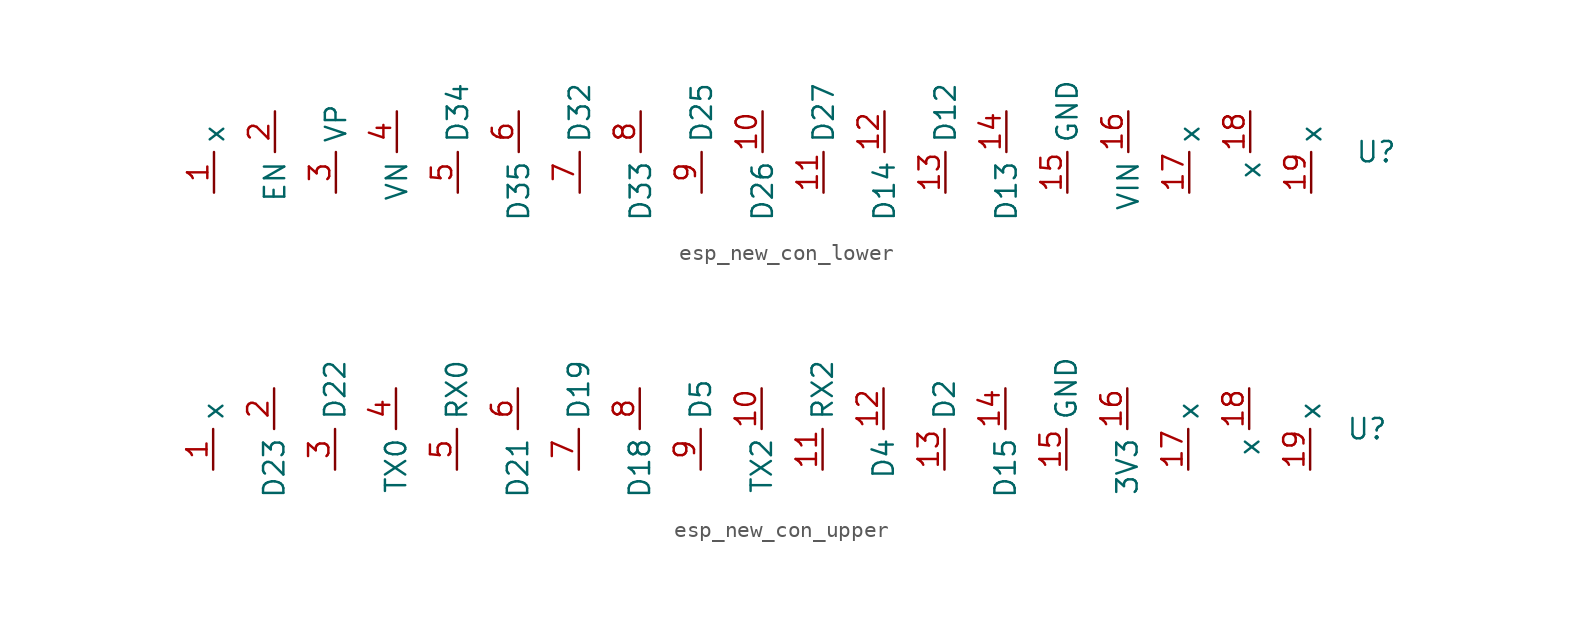
<source format=kicad_sym>
(kicad_symbol_lib
  (version 20241209)
  (generator "kicad_symbol_editor")
  (generator_version "9.0")
  (symbol "esp_new_con_lower"
    (property "Reference" "U"
      (at 39.624 0 0)
      (effects (font (size 1.27 1.27))))
    (property "Value" ""
      (at 0 0 0)
      (effects (font (size 1.27 1.27))))
    (symbol "esp_new_con_lower_1_1"
      (pin free line (at -33.02 -2.54 90) (length 2.54) (name "x" (effects (font (size 1.27 1.27)))) (number "1" (effects (font (size 1.27 1.27)))))
      (pin free line (at -29.21 2.54 270) (length 2.54) (name "EN" (effects (font (size 1.27 1.27)))) (number "2" (effects (font (size 1.27 1.27)))))
      (pin free line (at -25.4 -2.54 90) (length 2.54) (name "VP" (effects (font (size 1.27 1.27)))) (number "3" (effects (font (size 1.27 1.27)))))
      (pin free line (at -21.59 2.54 270) (length 2.54) (name "VN" (effects (font (size 1.27 1.27)))) (number "4" (effects (font (size 1.27 1.27)))))
      (pin free line (at -17.78 -2.54 90) (length 2.54) (name "D34" (effects (font (size 1.27 1.27)))) (number "5" (effects (font (size 1.27 1.27)))))
      (pin free line (at -13.97 2.54 270) (length 2.54) (name "D35" (effects (font (size 1.27 1.27)))) (number "6" (effects (font (size 1.27 1.27)))))
      (pin free line (at -10.16 -2.54 90) (length 2.54) (name "D32" (effects (font (size 1.27 1.27)))) (number "7" (effects (font (size 1.27 1.27)))))
      (pin free line (at -6.35 2.54 270) (length 2.54) (name "D33" (effects (font (size 1.27 1.27)))) (number "8" (effects (font (size 1.27 1.27)))))
      (pin free line (at -2.54 -2.54 90) (length 2.54) (name "D25" (effects (font (size 1.27 1.27)))) (number "9" (effects (font (size 1.27 1.27)))))
      (pin free line (at 1.27 2.54 270) (length 2.54) (name "D26" (effects (font (size 1.27 1.27)))) (number "10" (effects (font (size 1.27 1.27)))))
      (pin free line (at 5.08 -2.54 90) (length 2.54) (name "D27" (effects (font (size 1.27 1.27)))) (number "11" (effects (font (size 1.27 1.27)))))
      (pin free line (at 8.89 2.54 270) (length 2.54) (name "D14" (effects (font (size 1.27 1.27)))) (number "12" (effects (font (size 1.27 1.27)))))
      (pin free line (at 12.7 -2.54 90) (length 2.54) (name "D12" (effects (font (size 1.27 1.27)))) (number "13" (effects (font (size 1.27 1.27)))))
      (pin free line (at 16.51 2.54 270) (length 2.54) (name "D13" (effects (font (size 1.27 1.27)))) (number "14" (effects (font (size 1.27 1.27)))))
      (pin free line (at 20.32 -2.54 90) (length 2.54) (name "GND" (effects (font (size 1.27 1.27)))) (number "15" (effects (font (size 1.27 1.27)))))
      (pin free line (at 24.13 2.54 270) (length 2.54) (name "VIN" (effects (font (size 1.27 1.27)))) (number "16" (effects (font (size 1.27 1.27)))))
      (pin free line (at 27.94 -2.54 90) (length 2.54) (name "x" (effects (font (size 1.27 1.27)))) (number "17" (effects (font (size 1.27 1.27)))))
      (pin free line (at 31.75 2.54 270) (length 2.54) (name "x" (effects (font (size 1.27 1.27)))) (number "18" (effects (font (size 1.27 1.27)))))
      (pin free line (at 35.56 -2.54 90) (length 2.54) (name "x" (effects (font (size 1.27 1.27)))) (number "19" (effects (font (size 1.27 1.27)))))))
  (symbol "esp_new_con_upper"
    (property "Reference" "U"
      (at 39.116 0 0)
      (effects (font (size 1.27 1.27))))
    (property "Value" ""
      (at 0 0 0)
      (effects (font (size 1.27 1.27))))
    (symbol "esp_new_con_upper_1_1"
      (pin free line (at -33.02 -2.54 90) (length 2.54) (name "x" (effects (font (size 1.27 1.27)))) (number "1" (effects (font (size 1.27 1.27)))))
      (pin free line (at -29.21 2.54 270) (length 2.54) (name "D23" (effects (font (size 1.27 1.27)))) (number "2" (effects (font (size 1.27 1.27)))))
      (pin free line (at -25.4 -2.54 90) (length 2.54) (name "D22" (effects (font (size 1.27 1.27)))) (number "3" (effects (font (size 1.27 1.27)))))
      (pin free line (at -21.59 2.54 270) (length 2.54) (name "TX0" (effects (font (size 1.27 1.27)))) (number "4" (effects (font (size 1.27 1.27)))))
      (pin free line (at -17.78 -2.54 90) (length 2.54) (name "RX0" (effects (font (size 1.27 1.27)))) (number "5" (effects (font (size 1.27 1.27)))))
      (pin free line (at -13.97 2.54 270) (length 2.54) (name "D21" (effects (font (size 1.27 1.27)))) (number "6" (effects (font (size 1.27 1.27)))))
      (pin free line (at -10.16 -2.54 90) (length 2.54) (name "D19" (effects (font (size 1.27 1.27)))) (number "7" (effects (font (size 1.27 1.27)))))
      (pin free line (at -6.35 2.54 270) (length 2.54) (name "D18" (effects (font (size 1.27 1.27)))) (number "8" (effects (font (size 1.27 1.27)))))
      (pin free line (at -2.54 -2.54 90) (length 2.54) (name "D5" (effects (font (size 1.27 1.27)))) (number "9" (effects (font (size 1.27 1.27)))))
      (pin free line (at 1.27 2.54 270) (length 2.54) (name "TX2" (effects (font (size 1.27 1.27)))) (number "10" (effects (font (size 1.27 1.27)))))
      (pin free line (at 5.08 -2.54 90) (length 2.54) (name "RX2" (effects (font (size 1.27 1.27)))) (number "11" (effects (font (size 1.27 1.27)))))
      (pin free line (at 8.89 2.54 270) (length 2.54) (name "D4" (effects (font (size 1.27 1.27)))) (number "12" (effects (font (size 1.27 1.27)))))
      (pin free line (at 12.7 -2.54 90) (length 2.54) (name "D2" (effects (font (size 1.27 1.27)))) (number "13" (effects (font (size 1.27 1.27)))))
      (pin free line (at 16.51 2.54 270) (length 2.54) (name "D15" (effects (font (size 1.27 1.27)))) (number "14" (effects (font (size 1.27 1.27)))))
      (pin free line (at 20.32 -2.54 90) (length 2.54) (name "GND" (effects (font (size 1.27 1.27)))) (number "15" (effects (font (size 1.27 1.27)))))
      (pin free line (at 24.13 2.54 270) (length 2.54) (name "3V3" (effects (font (size 1.27 1.27)))) (number "16" (effects (font (size 1.27 1.27)))))
      (pin free line (at 27.94 -2.54 90) (length 2.54) (name "x" (effects (font (size 1.27 1.27)))) (number "17" (effects (font (size 1.27 1.27)))))
      (pin free line (at 31.75 2.54 270) (length 2.54) (name "x" (effects (font (size 1.27 1.27)))) (number "18" (effects (font (size 1.27 1.27)))))
      (pin free line (at 35.56 -2.54 90) (length 2.54) (name "x" (effects (font (size 1.27 1.27)))) (number "19" (effects (font (size 1.27 1.27))))))))
</source>
